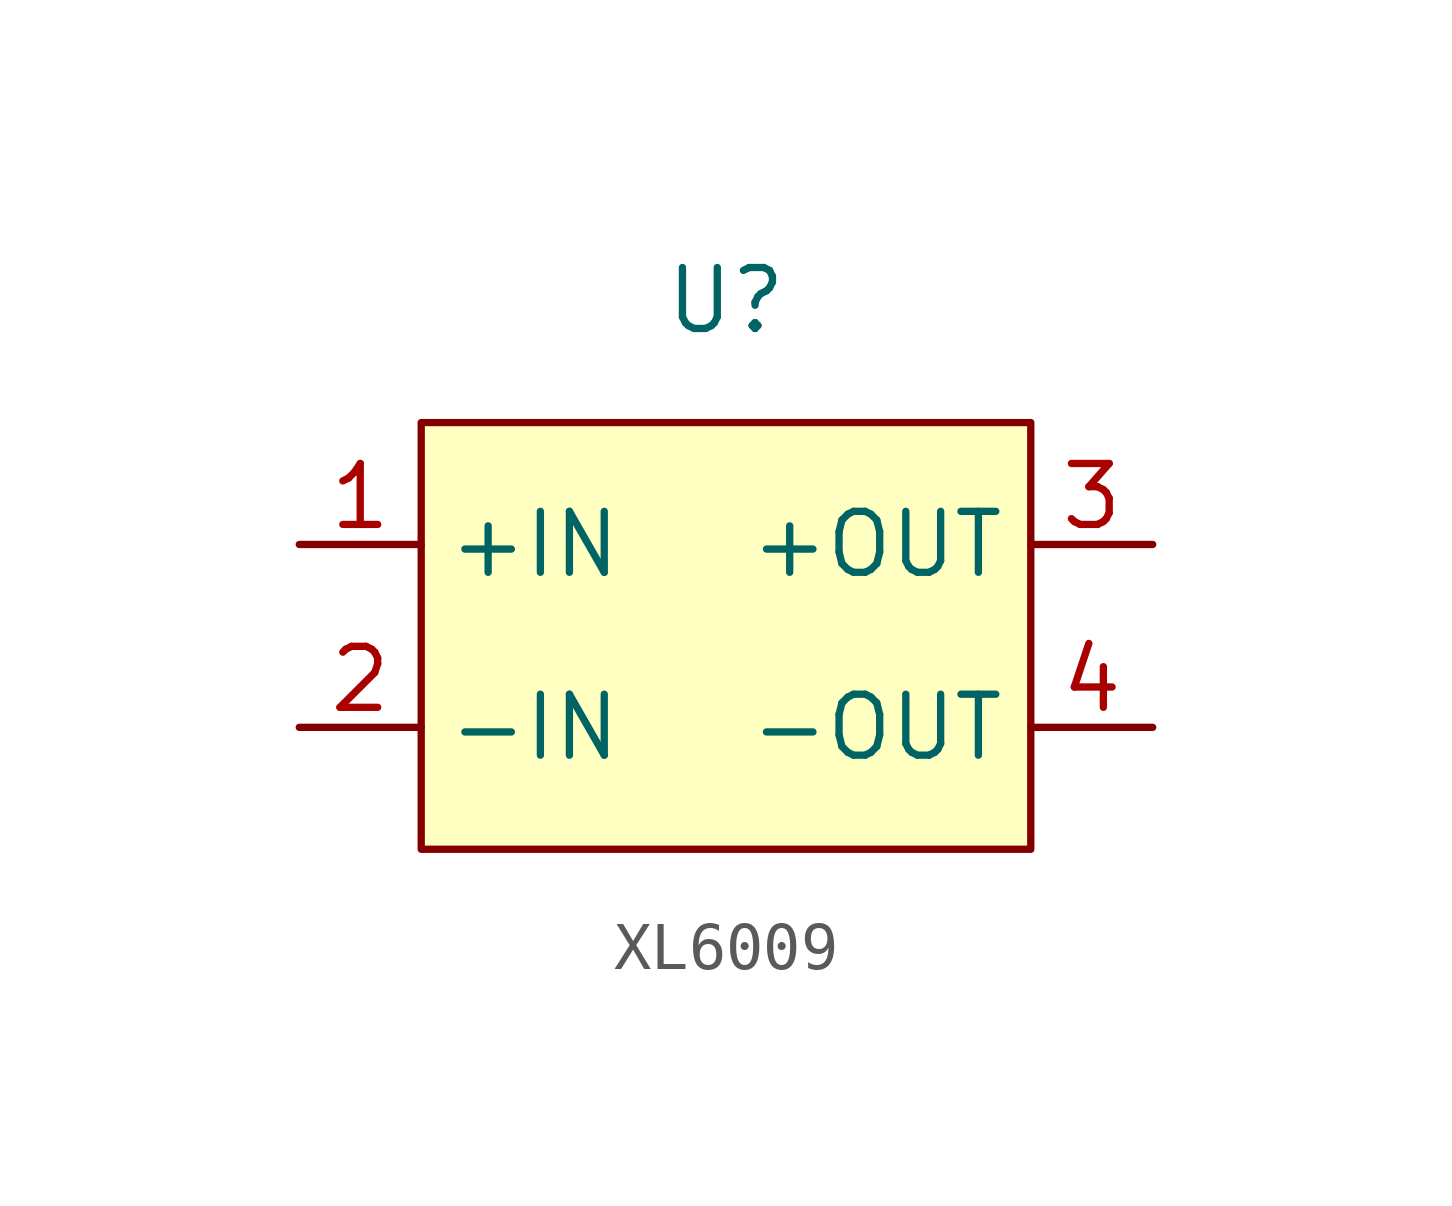
<source format=kicad_sym>
(kicad_symbol_lib
  (version 20220914)
  (generator kicad_symbol_editor)
  (symbol "XL6009"
    (property "Reference" "U"
      (at 0 2.54 0)
      (effects (font (size 1.27 1.27))))
    (property "Value" ""
      (at 0 2.54 0)
      (effects (font (size 1.27 1.27))))
    (symbol "XL6009_1_1"
      (rectangle (start -6.35 0) (end 6.35 -8.89) (stroke (width 0) (type default)) (fill (type background)))
      (pin passive line (at -8.89 -2.54 0) (length 2.54) (name "+IN" (effects (font (size 1.27 1.27)))) (number "1" (effects (font (size 1.27 1.27)))))
      (pin passive line (at -8.89 -6.35 0) (length 2.54) (name "-IN" (effects (font (size 1.27 1.27)))) (number "2" (effects (font (size 1.27 1.27)))))
      (pin passive line (at 8.89 -2.54 180) (length 2.54) (name "+OUT" (effects (font (size 1.27 1.27)))) (number "3" (effects (font (size 1.27 1.27)))))
      (pin passive line (at 8.89 -6.35 180) (length 2.54) (name "-OUT" (effects (font (size 1.27 1.27)))) (number "4" (effects (font (size 1.27 1.27))))))))
</source>
